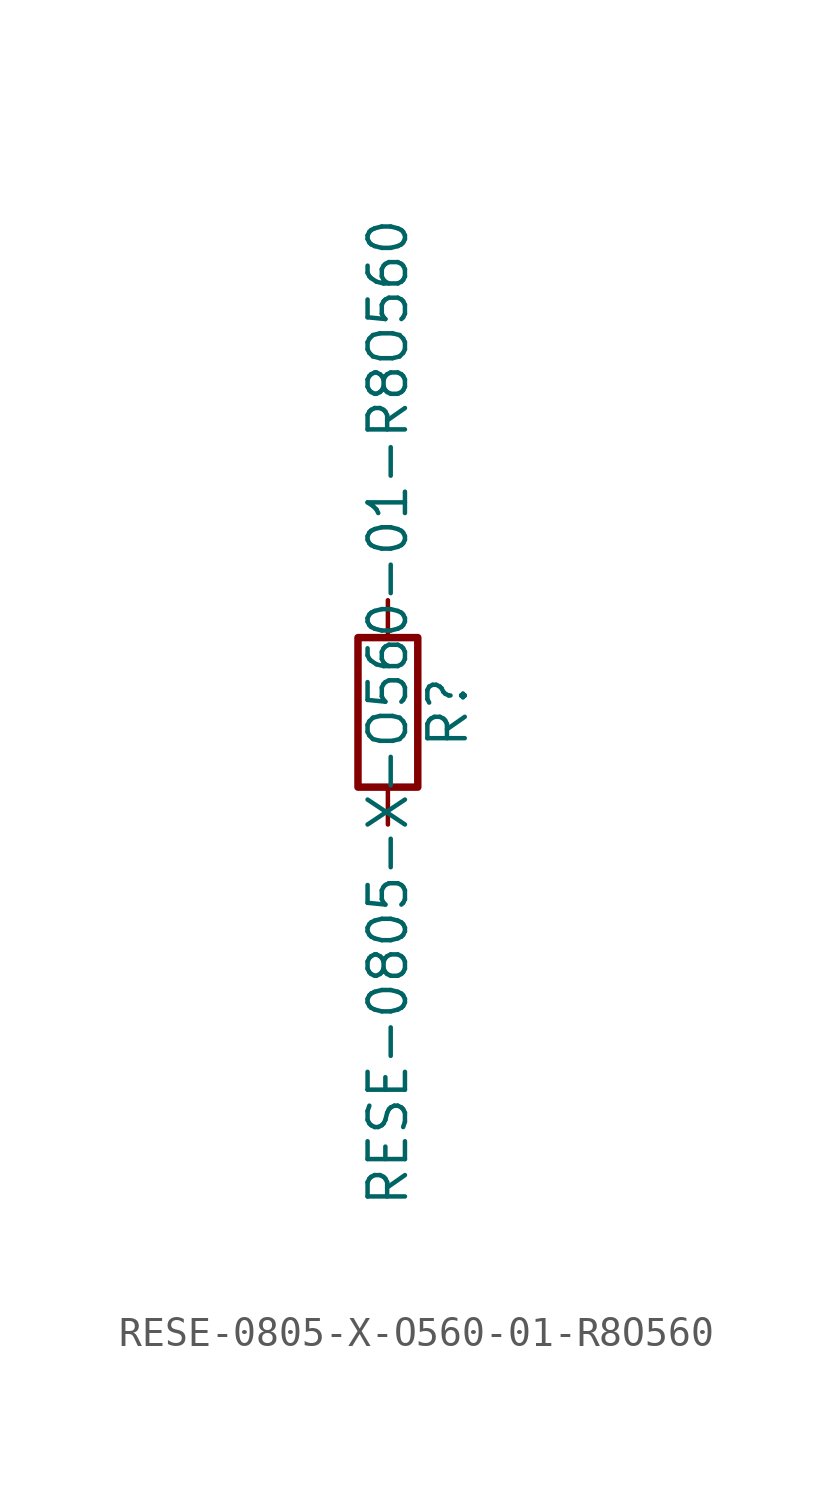
<source format=kicad_sym>
(kicad_symbol_lib
  (version 20211014)
  (generator kicad_symbol_editor)
  (symbol "RESE-0805-X-O560-01-R8O560"
    (pin_numbers hide)
    (pin_names
      (offset 0))
    (property "Reference" "R"
      (at 2.032 0 90)
      (effects (font (size 1.27 1.27))))
    (property "Value" "RESE-0805-X-O560-01-R8O560"
      (at 0 0 90)
      (effects (font (size 1.27 1.27))))
    (symbol "RESE-0805-X-O560-01-R8O560_0_1"
      (rectangle (start -1.016 -2.54) (end 1.016 2.54) (stroke (width 0.254) (type default) (color 0 0 0 0)) (fill (type none))))
    (symbol "RESE-0805-X-O560-01-R8O560_1_1"
      (pin passive line (at 0 3.81 270) (length 1.27) (name "~" (effects (font (size 1.27 1.27)))) (number "1" (effects (font (size 1.27 1.27)))))
      (pin passive line (at 0 -3.81 90) (length 1.27) (name "~" (effects (font (size 1.27 1.27)))) (number "2" (effects (font (size 1.27 1.27))))))))
</source>
